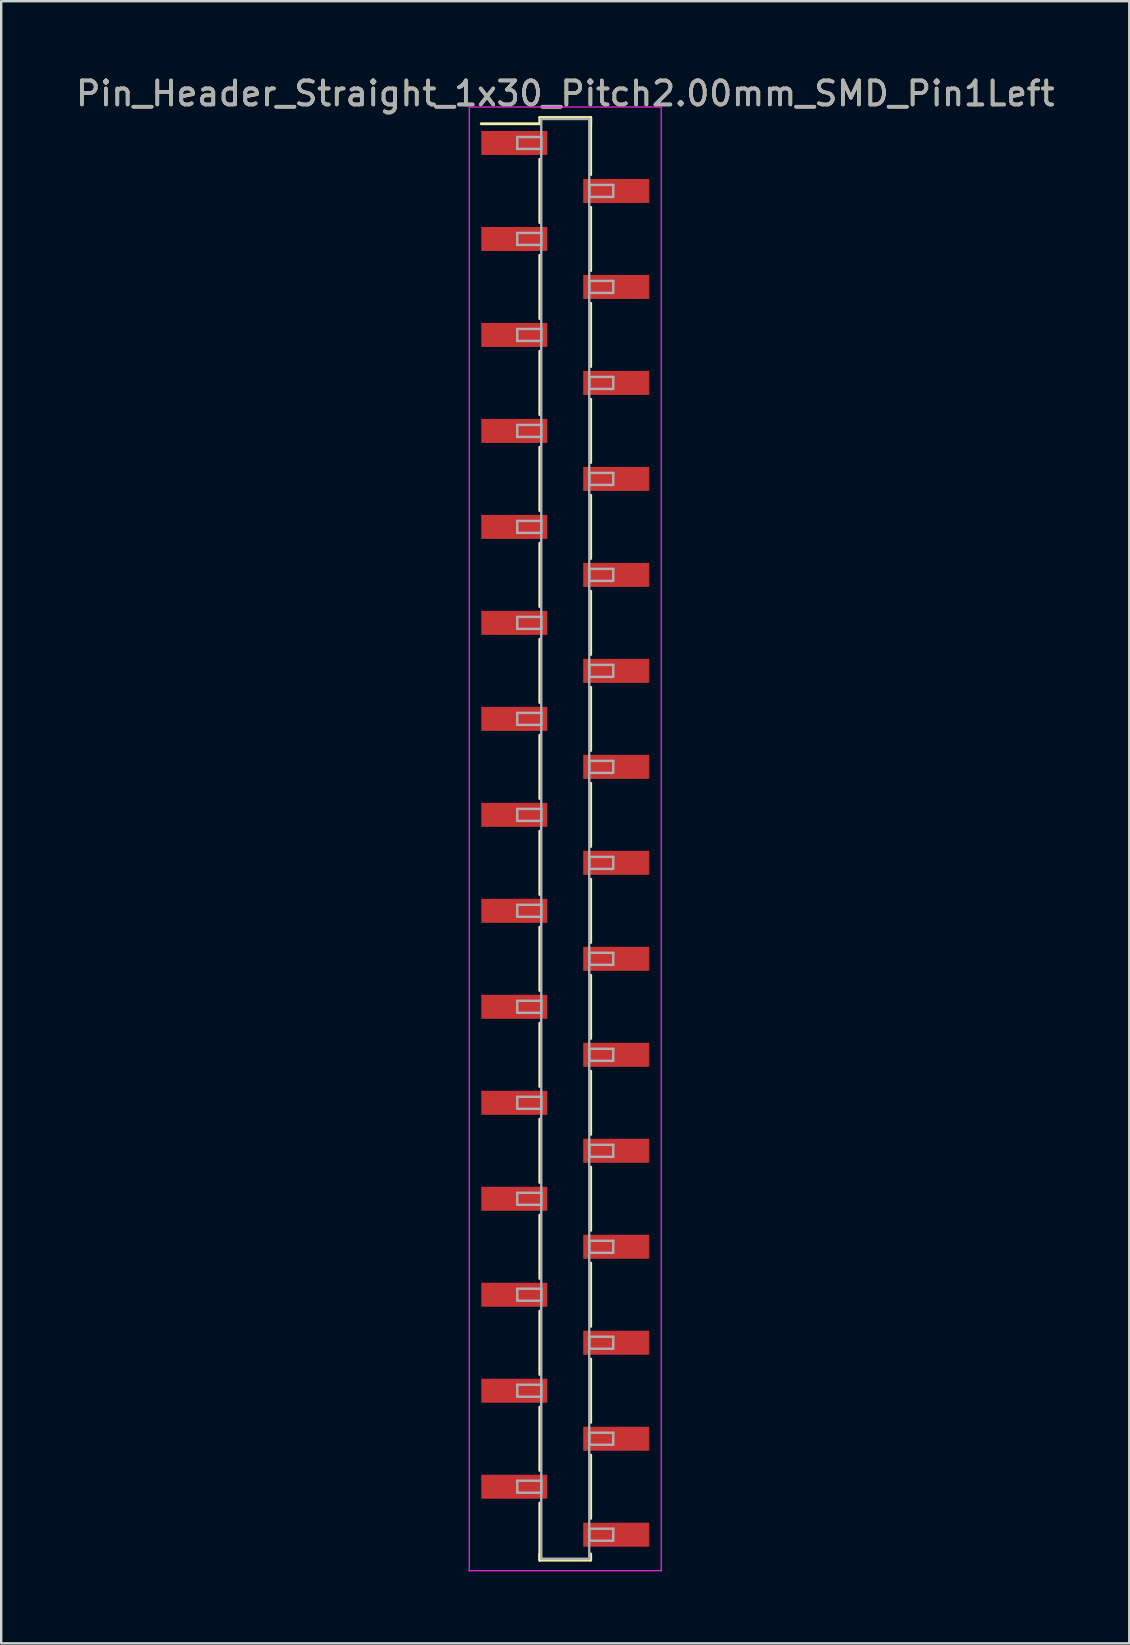
<source format=kicad_pcb>
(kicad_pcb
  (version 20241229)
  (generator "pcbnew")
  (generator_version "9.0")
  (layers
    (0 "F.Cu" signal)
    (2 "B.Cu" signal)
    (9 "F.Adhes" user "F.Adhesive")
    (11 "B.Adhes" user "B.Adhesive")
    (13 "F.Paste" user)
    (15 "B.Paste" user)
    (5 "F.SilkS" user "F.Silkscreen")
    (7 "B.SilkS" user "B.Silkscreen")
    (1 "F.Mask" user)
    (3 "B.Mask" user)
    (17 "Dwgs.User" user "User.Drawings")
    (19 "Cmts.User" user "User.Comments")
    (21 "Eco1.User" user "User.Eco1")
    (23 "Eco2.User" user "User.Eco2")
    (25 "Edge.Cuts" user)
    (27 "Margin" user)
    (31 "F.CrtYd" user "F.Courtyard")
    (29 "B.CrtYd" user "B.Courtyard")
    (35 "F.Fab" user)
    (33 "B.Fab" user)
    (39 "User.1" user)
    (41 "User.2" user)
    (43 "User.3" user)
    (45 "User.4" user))
  (footprint "Pin_Header_Straight_1x30_Pitch2.00mm_SMD_Pin1Left"
    (layer "F.Cu")
    (at 20.506 31.908)
    (property "Reference" "Pin_Header_Straight_1x30_Pitch2.00mm_SMD_Pin1Left" (at 0 -31.06 0) (layer "F.SilkS") (effects (font (size 1 1) (thickness 0.15))))
    (attr smd)
    (fp_line (start -1.06 -30.06) (end 1.06 -30.06) (stroke (width 0.12) (type solid)) (layer "F.SilkS"))
    (fp_line (start -1.06 -29.8) (end -3.5 -29.8) (stroke (width 0.12) (type solid)) (layer "F.SilkS"))
    (fp_line (start -1.06 -29.8) (end -1.06 -30.06) (stroke (width 0.12) (type solid)) (layer "F.SilkS"))
    (fp_line (start -1.06 -28.32) (end -1.06 -25.68) (stroke (width 0.12) (type solid)) (layer "F.SilkS"))
    (fp_line (start -1.06 -24.32) (end -1.06 -21.68) (stroke (width 0.12) (type solid)) (layer "F.SilkS"))
    (fp_line (start -1.06 -20.32) (end -1.06 -17.68) (stroke (width 0.12) (type solid)) (layer "F.SilkS"))
    (fp_line (start -1.06 -16.32) (end -1.06 -13.68) (stroke (width 0.12) (type solid)) (layer "F.SilkS"))
    (fp_line (start -1.06 -12.32) (end -1.06 -9.68) (stroke (width 0.12) (type solid)) (layer "F.SilkS"))
    (fp_line (start -1.06 -8.32) (end -1.06 -5.68) (stroke (width 0.12) (type solid)) (layer "F.SilkS"))
    (fp_line (start -1.06 -4.32) (end -1.06 -1.68) (stroke (width 0.12) (type solid)) (layer "F.SilkS"))
    (fp_line (start -1.06 -0.32) (end -1.06 2.32) (stroke (width 0.12) (type solid)) (layer "F.SilkS"))
    (fp_line (start -1.06 3.68) (end -1.06 6.32) (stroke (width 0.12) (type solid)) (layer "F.SilkS"))
    (fp_line (start -1.06 7.68) (end -1.06 10.32) (stroke (width 0.12) (type solid)) (layer "F.SilkS"))
    (fp_line (start -1.06 11.68) (end -1.06 14.32) (stroke (width 0.12) (type solid)) (layer "F.SilkS"))
    (fp_line (start -1.06 15.68) (end -1.06 18.32) (stroke (width 0.12) (type solid)) (layer "F.SilkS"))
    (fp_line (start -1.06 19.68) (end -1.06 22.32) (stroke (width 0.12) (type solid)) (layer "F.SilkS"))
    (fp_line (start -1.06 23.68) (end -1.06 26.32) (stroke (width 0.12) (type solid)) (layer "F.SilkS"))
    (fp_line (start -1.06 27.68) (end -1.06 30.06) (stroke (width 0.12) (type solid)) (layer "F.SilkS"))
    (fp_line (start -1.06 29.8) (end -1.06 30.06) (stroke (width 0.12) (type solid)) (layer "F.SilkS"))
    (fp_line (start -1.06 30.06) (end 1.06 30.06) (stroke (width 0.12) (type solid)) (layer "F.SilkS"))
    (fp_line (start 1.06 -30.06) (end 1.06 -29.8) (stroke (width 0.12) (type solid)) (layer "F.SilkS"))
    (fp_line (start 1.06 -30.06) (end 1.06 -27.68) (stroke (width 0.12) (type solid)) (layer "F.SilkS"))
    (fp_line (start 1.06 -26.32) (end 1.06 -23.68) (stroke (width 0.12) (type solid)) (layer "F.SilkS"))
    (fp_line (start 1.06 -22.32) (end 1.06 -19.68) (stroke (width 0.12) (type solid)) (layer "F.SilkS"))
    (fp_line (start 1.06 -18.32) (end 1.06 -15.68) (stroke (width 0.12) (type solid)) (layer "F.SilkS"))
    (fp_line (start 1.06 -14.32) (end 1.06 -11.68) (stroke (width 0.12) (type solid)) (layer "F.SilkS"))
    (fp_line (start 1.06 -10.32) (end 1.06 -7.68) (stroke (width 0.12) (type solid)) (layer "F.SilkS"))
    (fp_line (start 1.06 -6.32) (end 1.06 -3.68) (stroke (width 0.12) (type solid)) (layer "F.SilkS"))
    (fp_line (start 1.06 -2.32) (end 1.06 0.32) (stroke (width 0.12) (type solid)) (layer "F.SilkS"))
    (fp_line (start 1.06 1.68) (end 1.06 4.32) (stroke (width 0.12) (type solid)) (layer "F.SilkS"))
    (fp_line (start 1.06 5.68) (end 1.06 8.32) (stroke (width 0.12) (type solid)) (layer "F.SilkS"))
    (fp_line (start 1.06 9.68) (end 1.06 12.32) (stroke (width 0.12) (type solid)) (layer "F.SilkS"))
    (fp_line (start 1.06 13.68) (end 1.06 16.32) (stroke (width 0.12) (type solid)) (layer "F.SilkS"))
    (fp_line (start 1.06 17.68) (end 1.06 20.32) (stroke (width 0.12) (type solid)) (layer "F.SilkS"))
    (fp_line (start 1.06 21.68) (end 1.06 24.32) (stroke (width 0.12) (type solid)) (layer "F.SilkS"))
    (fp_line (start 1.06 25.68) (end 1.06 28.32) (stroke (width 0.12) (type solid)) (layer "F.SilkS"))
    (fp_line (start 1.06 30.06) (end 1.06 29.8) (stroke (width 0.12) (type solid)) (layer "F.SilkS"))
    (fp_line (start -4 -30.5) (end -4 30.5) (stroke (width 0.05) (type solid)) (layer "F.CrtYd"))
    (fp_line (start -4 30.5) (end 4 30.5) (stroke (width 0.05) (type solid)) (layer "F.CrtYd"))
    (fp_line (start 4 -30.5) (end -4 -30.5) (stroke (width 0.05) (type solid)) (layer "F.CrtYd"))
    (fp_line (start 4 30.5) (end 4 -30.5) (stroke (width 0.05) (type solid)) (layer "F.CrtYd"))
    (fp_line (start -2 -29.25) (end -1 -29.25) (stroke (width 0.1) (type solid)) (layer "F.Fab"))
    (fp_line (start -2 -28.75) (end -2 -29.25) (stroke (width 0.1) (type solid)) (layer "F.Fab"))
    (fp_line (start -2 -25.25) (end -1 -25.25) (stroke (width 0.1) (type solid)) (layer "F.Fab"))
    (fp_line (start -2 -24.75) (end -2 -25.25) (stroke (width 0.1) (type solid)) (layer "F.Fab"))
    (fp_line (start -2 -21.25) (end -1 -21.25) (stroke (width 0.1) (type solid)) (layer "F.Fab"))
    (fp_line (start -2 -20.75) (end -2 -21.25) (stroke (width 0.1) (type solid)) (layer "F.Fab"))
    (fp_line (start -2 -17.25) (end -1 -17.25) (stroke (width 0.1) (type solid)) (layer "F.Fab"))
    (fp_line (start -2 -16.75) (end -2 -17.25) (stroke (width 0.1) (type solid)) (layer "F.Fab"))
    (fp_line (start -2 -13.25) (end -1 -13.25) (stroke (width 0.1) (type solid)) (layer "F.Fab"))
    (fp_line (start -2 -12.75) (end -2 -13.25) (stroke (width 0.1) (type solid)) (layer "F.Fab"))
    (fp_line (start -2 -9.25) (end -1 -9.25) (stroke (width 0.1) (type solid)) (layer "F.Fab"))
    (fp_line (start -2 -8.75) (end -2 -9.25) (stroke (width 0.1) (type solid)) (layer "F.Fab"))
    (fp_line (start -2 -5.25) (end -1 -5.25) (stroke (width 0.1) (type solid)) (layer "F.Fab"))
    (fp_line (start -2 -4.75) (end -2 -5.25) (stroke (width 0.1) (type solid)) (layer "F.Fab"))
    (fp_line (start -2 -1.25) (end -1 -1.25) (stroke (width 0.1) (type solid)) (layer "F.Fab"))
    (fp_line (start -2 -0.75) (end -2 -1.25) (stroke (width 0.1) (type solid)) (layer "F.Fab"))
    (fp_line (start -2 2.75) (end -1 2.75) (stroke (width 0.1) (type solid)) (layer "F.Fab"))
    (fp_line (start -2 3.25) (end -2 2.75) (stroke (width 0.1) (type solid)) (layer "F.Fab"))
    (fp_line (start -2 6.75) (end -1 6.75) (stroke (width 0.1) (type solid)) (layer "F.Fab"))
    (fp_line (start -2 7.25) (end -2 6.75) (stroke (width 0.1) (type solid)) (layer "F.Fab"))
    (fp_line (start -2 10.75) (end -1 10.75) (stroke (width 0.1) (type solid)) (layer "F.Fab"))
    (fp_line (start -2 11.25) (end -2 10.75) (stroke (width 0.1) (type solid)) (layer "F.Fab"))
    (fp_line (start -2 14.75) (end -1 14.75) (stroke (width 0.1) (type solid)) (layer "F.Fab"))
    (fp_line (start -2 15.25) (end -2 14.75) (stroke (width 0.1) (type solid)) (layer "F.Fab"))
    (fp_line (start -2 18.75) (end -1 18.75) (stroke (width 0.1) (type solid)) (layer "F.Fab"))
    (fp_line (start -2 19.25) (end -2 18.75) (stroke (width 0.1) (type solid)) (layer "F.Fab"))
    (fp_line (start -2 22.75) (end -1 22.75) (stroke (width 0.1) (type solid)) (layer "F.Fab"))
    (fp_line (start -2 23.25) (end -2 22.75) (stroke (width 0.1) (type solid)) (layer "F.Fab"))
    (fp_line (start -2 26.75) (end -1 26.75) (stroke (width 0.1) (type solid)) (layer "F.Fab"))
    (fp_line (start -2 27.25) (end -2 26.75) (stroke (width 0.1) (type solid)) (layer "F.Fab"))
    (fp_line (start -1 -30) (end -1 30) (stroke (width 0.1) (type solid)) (layer "F.Fab"))
    (fp_line (start -1 -29.25) (end -1 -28.75) (stroke (width 0.1) (type solid)) (layer "F.Fab"))
    (fp_line (start -1 -28.75) (end -2 -28.75) (stroke (width 0.1) (type solid)) (layer "F.Fab"))
    (fp_line (start -1 -25.25) (end -1 -24.75) (stroke (width 0.1) (type solid)) (layer "F.Fab"))
    (fp_line (start -1 -24.75) (end -2 -24.75) (stroke (width 0.1) (type solid)) (layer "F.Fab"))
    (fp_line (start -1 -21.25) (end -1 -20.75) (stroke (width 0.1) (type solid)) (layer "F.Fab"))
    (fp_line (start -1 -20.75) (end -2 -20.75) (stroke (width 0.1) (type solid)) (layer "F.Fab"))
    (fp_line (start -1 -17.25) (end -1 -16.75) (stroke (width 0.1) (type solid)) (layer "F.Fab"))
    (fp_line (start -1 -16.75) (end -2 -16.75) (stroke (width 0.1) (type solid)) (layer "F.Fab"))
    (fp_line (start -1 -13.25) (end -1 -12.75) (stroke (width 0.1) (type solid)) (layer "F.Fab"))
    (fp_line (start -1 -12.75) (end -2 -12.75) (stroke (width 0.1) (type solid)) (layer "F.Fab"))
    (fp_line (start -1 -9.25) (end -1 -8.75) (stroke (width 0.1) (type solid)) (layer "F.Fab"))
    (fp_line (start -1 -8.75) (end -2 -8.75) (stroke (width 0.1) (type solid)) (layer "F.Fab"))
    (fp_line (start -1 -5.25) (end -1 -4.75) (stroke (width 0.1) (type solid)) (layer "F.Fab"))
    (fp_line (start -1 -4.75) (end -2 -4.75) (stroke (width 0.1) (type solid)) (layer "F.Fab"))
    (fp_line (start -1 -1.25) (end -1 -0.75) (stroke (width 0.1) (type solid)) (layer "F.Fab"))
    (fp_line (start -1 -0.75) (end -2 -0.75) (stroke (width 0.1) (type solid)) (layer "F.Fab"))
    (fp_line (start -1 2.75) (end -1 3.25) (stroke (width 0.1) (type solid)) (layer "F.Fab"))
    (fp_line (start -1 3.25) (end -2 3.25) (stroke (width 0.1) (type solid)) (layer "F.Fab"))
    (fp_line (start -1 6.75) (end -1 7.25) (stroke (width 0.1) (type solid)) (layer "F.Fab"))
    (fp_line (start -1 7.25) (end -2 7.25) (stroke (width 0.1) (type solid)) (layer "F.Fab"))
    (fp_line (start -1 10.75) (end -1 11.25) (stroke (width 0.1) (type solid)) (layer "F.Fab"))
    (fp_line (start -1 11.25) (end -2 11.25) (stroke (width 0.1) (type solid)) (layer "F.Fab"))
    (fp_line (start -1 14.75) (end -1 15.25) (stroke (width 0.1) (type solid)) (layer "F.Fab"))
    (fp_line (start -1 15.25) (end -2 15.25) (stroke (width 0.1) (type solid)) (layer "F.Fab"))
    (fp_line (start -1 18.75) (end -1 19.25) (stroke (width 0.1) (type solid)) (layer "F.Fab"))
    (fp_line (start -1 19.25) (end -2 19.25) (stroke (width 0.1) (type solid)) (layer "F.Fab"))
    (fp_line (start -1 22.75) (end -1 23.25) (stroke (width 0.1) (type solid)) (layer "F.Fab"))
    (fp_line (start -1 23.25) (end -2 23.25) (stroke (width 0.1) (type solid)) (layer "F.Fab"))
    (fp_line (start -1 26.75) (end -1 27.25) (stroke (width 0.1) (type solid)) (layer "F.Fab"))
    (fp_line (start -1 27.25) (end -2 27.25) (stroke (width 0.1) (type solid)) (layer "F.Fab"))
    (fp_line (start -1 30) (end 1 30) (stroke (width 0.1) (type solid)) (layer "F.Fab"))
    (fp_line (start 1 -30) (end -1 -30) (stroke (width 0.1) (type solid)) (layer "F.Fab"))
    (fp_line (start 1 -27.25) (end 1 -26.75) (stroke (width 0.1) (type solid)) (layer "F.Fab"))
    (fp_line (start 1 -26.75) (end 2 -26.75) (stroke (width 0.1) (type solid)) (layer "F.Fab"))
    (fp_line (start 1 -23.25) (end 1 -22.75) (stroke (width 0.1) (type solid)) (layer "F.Fab"))
    (fp_line (start 1 -22.75) (end 2 -22.75) (stroke (width 0.1) (type solid)) (layer "F.Fab"))
    (fp_line (start 1 -19.25) (end 1 -18.75) (stroke (width 0.1) (type solid)) (layer "F.Fab"))
    (fp_line (start 1 -18.75) (end 2 -18.75) (stroke (width 0.1) (type solid)) (layer "F.Fab"))
    (fp_line (start 1 -15.25) (end 1 -14.75) (stroke (width 0.1) (type solid)) (layer "F.Fab"))
    (fp_line (start 1 -14.75) (end 2 -14.75) (stroke (width 0.1) (type solid)) (layer "F.Fab"))
    (fp_line (start 1 -11.25) (end 1 -10.75) (stroke (width 0.1) (type solid)) (layer "F.Fab"))
    (fp_line (start 1 -10.75) (end 2 -10.75) (stroke (width 0.1) (type solid)) (layer "F.Fab"))
    (fp_line (start 1 -7.25) (end 1 -6.75) (stroke (width 0.1) (type solid)) (layer "F.Fab"))
    (fp_line (start 1 -6.75) (end 2 -6.75) (stroke (width 0.1) (type solid)) (layer "F.Fab"))
    (fp_line (start 1 -3.25) (end 1 -2.75) (stroke (width 0.1) (type solid)) (layer "F.Fab"))
    (fp_line (start 1 -2.75) (end 2 -2.75) (stroke (width 0.1) (type solid)) (layer "F.Fab"))
    (fp_line (start 1 0.75) (end 1 1.25) (stroke (width 0.1) (type solid)) (layer "F.Fab"))
    (fp_line (start 1 1.25) (end 2 1.25) (stroke (width 0.1) (type solid)) (layer "F.Fab"))
    (fp_line (start 1 4.75) (end 1 5.25) (stroke (width 0.1) (type solid)) (layer "F.Fab"))
    (fp_line (start 1 5.25) (end 2 5.25) (stroke (width 0.1) (type solid)) (layer "F.Fab"))
    (fp_line (start 1 8.75) (end 1 9.25) (stroke (width 0.1) (type solid)) (layer "F.Fab"))
    (fp_line (start 1 9.25) (end 2 9.25) (stroke (width 0.1) (type solid)) (layer "F.Fab"))
    (fp_line (start 1 12.75) (end 1 13.25) (stroke (width 0.1) (type solid)) (layer "F.Fab"))
    (fp_line (start 1 13.25) (end 2 13.25) (stroke (width 0.1) (type solid)) (layer "F.Fab"))
    (fp_line (start 1 16.75) (end 1 17.25) (stroke (width 0.1) (type solid)) (layer "F.Fab"))
    (fp_line (start 1 17.25) (end 2 17.25) (stroke (width 0.1) (type solid)) (layer "F.Fab"))
    (fp_line (start 1 20.75) (end 1 21.25) (stroke (width 0.1) (type solid)) (layer "F.Fab"))
    (fp_line (start 1 21.25) (end 2 21.25) (stroke (width 0.1) (type solid)) (layer "F.Fab"))
    (fp_line (start 1 24.75) (end 1 25.25) (stroke (width 0.1) (type solid)) (layer "F.Fab"))
    (fp_line (start 1 25.25) (end 2 25.25) (stroke (width 0.1) (type solid)) (layer "F.Fab"))
    (fp_line (start 1 28.75) (end 1 29.25) (stroke (width 0.1) (type solid)) (layer "F.Fab"))
    (fp_line (start 1 29.25) (end 2 29.25) (stroke (width 0.1) (type solid)) (layer "F.Fab"))
    (fp_line (start 1 30) (end 1 -30) (stroke (width 0.1) (type solid)) (layer "F.Fab"))
    (fp_line (start 2 -27.25) (end 1 -27.25) (stroke (width 0.1) (type solid)) (layer "F.Fab"))
    (fp_line (start 2 -26.75) (end 2 -27.25) (stroke (width 0.1) (type solid)) (layer "F.Fab"))
    (fp_line (start 2 -23.25) (end 1 -23.25) (stroke (width 0.1) (type solid)) (layer "F.Fab"))
    (fp_line (start 2 -22.75) (end 2 -23.25) (stroke (width 0.1) (type solid)) (layer "F.Fab"))
    (fp_line (start 2 -19.25) (end 1 -19.25) (stroke (width 0.1) (type solid)) (layer "F.Fab"))
    (fp_line (start 2 -18.75) (end 2 -19.25) (stroke (width 0.1) (type solid)) (layer "F.Fab"))
    (fp_line (start 2 -15.25) (end 1 -15.25) (stroke (width 0.1) (type solid)) (layer "F.Fab"))
    (fp_line (start 2 -14.75) (end 2 -15.25) (stroke (width 0.1) (type solid)) (layer "F.Fab"))
    (fp_line (start 2 -11.25) (end 1 -11.25) (stroke (width 0.1) (type solid)) (layer "F.Fab"))
    (fp_line (start 2 -10.75) (end 2 -11.25) (stroke (width 0.1) (type solid)) (layer "F.Fab"))
    (fp_line (start 2 -7.25) (end 1 -7.25) (stroke (width 0.1) (type solid)) (layer "F.Fab"))
    (fp_line (start 2 -6.75) (end 2 -7.25) (stroke (width 0.1) (type solid)) (layer "F.Fab"))
    (fp_line (start 2 -3.25) (end 1 -3.25) (stroke (width 0.1) (type solid)) (layer "F.Fab"))
    (fp_line (start 2 -2.75) (end 2 -3.25) (stroke (width 0.1) (type solid)) (layer "F.Fab"))
    (fp_line (start 2 0.75) (end 1 0.75) (stroke (width 0.1) (type solid)) (layer "F.Fab"))
    (fp_line (start 2 1.25) (end 2 0.75) (stroke (width 0.1) (type solid)) (layer "F.Fab"))
    (fp_line (start 2 4.75) (end 1 4.75) (stroke (width 0.1) (type solid)) (layer "F.Fab"))
    (fp_line (start 2 5.25) (end 2 4.75) (stroke (width 0.1) (type solid)) (layer "F.Fab"))
    (fp_line (start 2 8.75) (end 1 8.75) (stroke (width 0.1) (type solid)) (layer "F.Fab"))
    (fp_line (start 2 9.25) (end 2 8.75) (stroke (width 0.1) (type solid)) (layer "F.Fab"))
    (fp_line (start 2 12.75) (end 1 12.75) (stroke (width 0.1) (type solid)) (layer "F.Fab"))
    (fp_line (start 2 13.25) (end 2 12.75) (stroke (width 0.1) (type solid)) (layer "F.Fab"))
    (fp_line (start 2 16.75) (end 1 16.75) (stroke (width 0.1) (type solid)) (layer "F.Fab"))
    (fp_line (start 2 17.25) (end 2 16.75) (stroke (width 0.1) (type solid)) (layer "F.Fab"))
    (fp_line (start 2 20.75) (end 1 20.75) (stroke (width 0.1) (type solid)) (layer "F.Fab"))
    (fp_line (start 2 21.25) (end 2 20.75) (stroke (width 0.1) (type solid)) (layer "F.Fab"))
    (fp_line (start 2 24.75) (end 1 24.75) (stroke (width 0.1) (type solid)) (layer "F.Fab"))
    (fp_line (start 2 25.25) (end 2 24.75) (stroke (width 0.1) (type solid)) (layer "F.Fab"))
    (fp_line (start 2 28.75) (end 1 28.75) (stroke (width 0.1) (type solid)) (layer "F.Fab"))
    (fp_line (start 2 29.25) (end 2 28.75) (stroke (width 0.1) (type solid)) (layer "F.Fab"))
    (fp_text user "${REFERENCE}" (at 0 -31.06 0) (layer "F.Fab") (effects (font (size 1 1) (thickness 0.15))))
    (pad "1" smd rect (at -2.125 -29) (size 2.75 1) (layers "F.Cu" "F.Mask" "F.Paste"))
    (pad "2" smd rect (at 2.125 -27) (size 2.75 1) (layers "F.Cu" "F.Mask" "F.Paste"))
    (pad "3" smd rect (at -2.125 -25) (size 2.75 1) (layers "F.Cu" "F.Mask" "F.Paste"))
    (pad "4" smd rect (at 2.125 -23) (size 2.75 1) (layers "F.Cu" "F.Mask" "F.Paste"))
    (pad "5" smd rect (at -2.125 -21) (size 2.75 1) (layers "F.Cu" "F.Mask" "F.Paste"))
    (pad "6" smd rect (at 2.125 -19) (size 2.75 1) (layers "F.Cu" "F.Mask" "F.Paste"))
    (pad "7" smd rect (at -2.125 -17) (size 2.75 1) (layers "F.Cu" "F.Mask" "F.Paste"))
    (pad "8" smd rect (at 2.125 -15) (size 2.75 1) (layers "F.Cu" "F.Mask" "F.Paste"))
    (pad "9" smd rect (at -2.125 -13) (size 2.75 1) (layers "F.Cu" "F.Mask" "F.Paste"))
    (pad "10" smd rect (at 2.125 -11) (size 2.75 1) (layers "F.Cu" "F.Mask" "F.Paste"))
    (pad "11" smd rect (at -2.125 -9) (size 2.75 1) (layers "F.Cu" "F.Mask" "F.Paste"))
    (pad "12" smd rect (at 2.125 -7) (size 2.75 1) (layers "F.Cu" "F.Mask" "F.Paste"))
    (pad "13" smd rect (at -2.125 -5) (size 2.75 1) (layers "F.Cu" "F.Mask" "F.Paste"))
    (pad "14" smd rect (at 2.125 -3) (size 2.75 1) (layers "F.Cu" "F.Mask" "F.Paste"))
    (pad "15" smd rect (at -2.125 -1) (size 2.75 1) (layers "F.Cu" "F.Mask" "F.Paste"))
    (pad "16" smd rect (at 2.125 1) (size 2.75 1) (layers "F.Cu" "F.Mask" "F.Paste"))
    (pad "17" smd rect (at -2.125 3) (size 2.75 1) (layers "F.Cu" "F.Mask" "F.Paste"))
    (pad "18" smd rect (at 2.125 5) (size 2.75 1) (layers "F.Cu" "F.Mask" "F.Paste"))
    (pad "19" smd rect (at -2.125 7) (size 2.75 1) (layers "F.Cu" "F.Mask" "F.Paste"))
    (pad "20" smd rect (at 2.125 9) (size 2.75 1) (layers "F.Cu" "F.Mask" "F.Paste"))
    (pad "21" smd rect (at -2.125 11) (size 2.75 1) (layers "F.Cu" "F.Mask" "F.Paste"))
    (pad "22" smd rect (at 2.125 13) (size 2.75 1) (layers "F.Cu" "F.Mask" "F.Paste"))
    (pad "23" smd rect (at -2.125 15) (size 2.75 1) (layers "F.Cu" "F.Mask" "F.Paste"))
    (pad "24" smd rect (at 2.125 17) (size 2.75 1) (layers "F.Cu" "F.Mask" "F.Paste"))
    (pad "25" smd rect (at -2.125 19) (size 2.75 1) (layers "F.Cu" "F.Mask" "F.Paste"))
    (pad "26" smd rect (at 2.125 21) (size 2.75 1) (layers "F.Cu" "F.Mask" "F.Paste"))
    (pad "27" smd rect (at -2.125 23) (size 2.75 1) (layers "F.Cu" "F.Mask" "F.Paste"))
    (pad "28" smd rect (at 2.125 25) (size 2.75 1) (layers "F.Cu" "F.Mask" "F.Paste"))
    (pad "29" smd rect (at -2.125 27) (size 2.75 1) (layers "F.Cu" "F.Mask" "F.Paste"))
    (pad "30" smd rect (at 2.125 29) (size 2.75 1) (layers "F.Cu" "F.Mask" "F.Paste")))
  (gr_rect
    (start -3 -3)
    (end 44.012 65.433)
    (stroke (width 0.1) (type default))
    (fill no)
    (layer "Edge.Cuts")))
</source>
